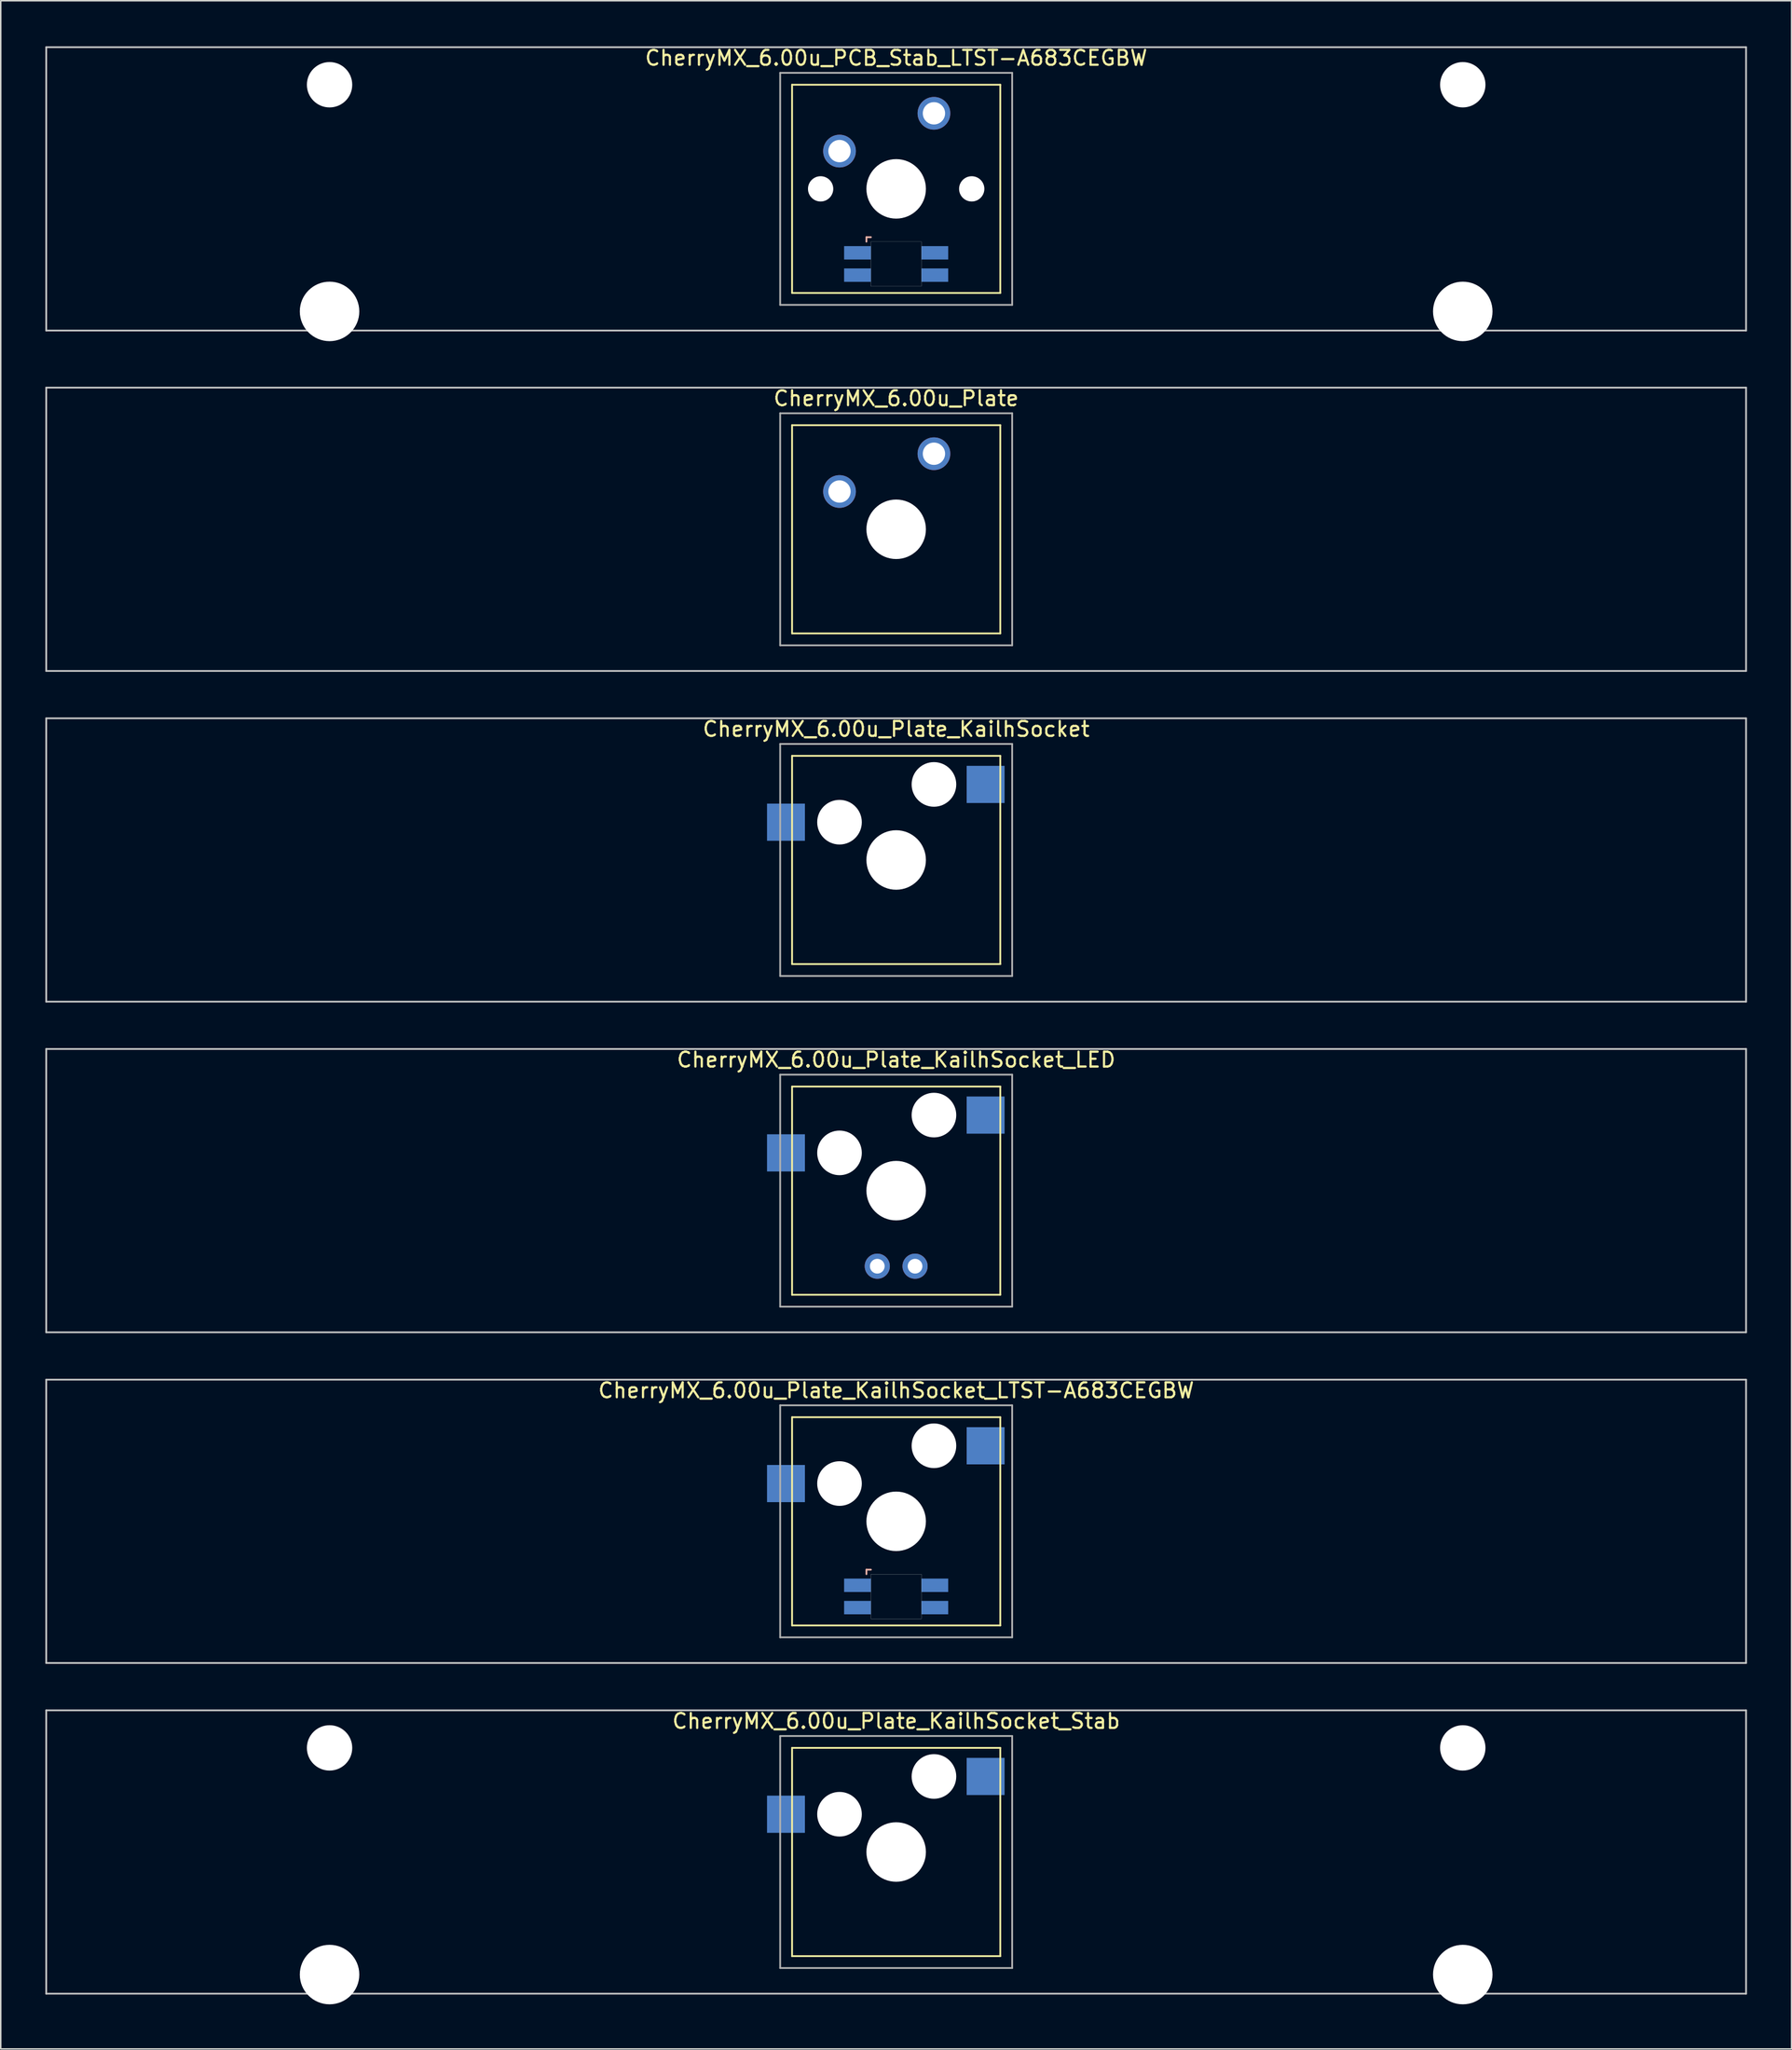
<source format=kicad_pcb>
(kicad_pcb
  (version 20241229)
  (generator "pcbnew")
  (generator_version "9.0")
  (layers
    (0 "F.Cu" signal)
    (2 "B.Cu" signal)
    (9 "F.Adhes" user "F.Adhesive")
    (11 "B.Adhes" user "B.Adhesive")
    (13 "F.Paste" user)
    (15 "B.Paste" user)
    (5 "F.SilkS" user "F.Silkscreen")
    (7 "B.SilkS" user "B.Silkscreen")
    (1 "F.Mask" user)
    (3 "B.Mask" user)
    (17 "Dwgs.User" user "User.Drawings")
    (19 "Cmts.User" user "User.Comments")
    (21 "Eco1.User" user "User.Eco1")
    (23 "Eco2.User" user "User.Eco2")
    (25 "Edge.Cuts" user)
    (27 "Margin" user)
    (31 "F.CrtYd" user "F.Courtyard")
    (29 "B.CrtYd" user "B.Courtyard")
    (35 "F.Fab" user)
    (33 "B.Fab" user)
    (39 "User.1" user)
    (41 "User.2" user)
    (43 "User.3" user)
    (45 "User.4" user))
  (footprint "CherryMX_6.00u_Plate_KailhSocket_LED"
    (layer "F.Cu")
    (at 57.21 77.003)
    (property "Reference" "CherryMX_6.00u_Plate_KailhSocket_LED" (at 0 -8.8 0) (layer "F.SilkS") (effects (font (size 1 1) (thickness 0.15))))
    (attr through_hole)
    (fp_line (start -7 -7) (end -7 7) (stroke (width 0.12) (type solid)) (layer "F.SilkS"))
    (fp_line (start -7 -7) (end 7 -7) (stroke (width 0.12) (type solid)) (layer "F.SilkS"))
    (fp_line (start 7 -7) (end 7 7) (stroke (width 0.12) (type solid)) (layer "F.SilkS"))
    (fp_line (start 7 7) (end -7 7) (stroke (width 0.12) (type solid)) (layer "F.SilkS"))
    (fp_line (start -57.15 -9.525) (end 57.15 -9.525) (stroke (width 0.12) (type solid)) (layer "Dwgs.User"))
    (fp_line (start -57.15 9.525) (end -57.15 -9.525) (stroke (width 0.12) (type solid)) (layer "Dwgs.User"))
    (fp_line (start 57.15 -9.525) (end 57.15 9.525) (stroke (width 0.12) (type solid)) (layer "Dwgs.User"))
    (fp_line (start 57.15 9.525) (end -57.15 9.525) (stroke (width 0.12) (type solid)) (layer "Dwgs.User"))
    (fp_line (start -7.8 -7.8) (end -7.8 7.8) (stroke (width 0.12) (type solid)) (layer "F.Fab"))
    (fp_line (start -7.8 -7.8) (end 7.8 -7.8) (stroke (width 0.12) (type solid)) (layer "F.Fab"))
    (fp_line (start -7.8 7.8) (end 7.8 7.8) (stroke (width 0.12) (type solid)) (layer "F.Fab"))
    (fp_line (start 7.8 -7.8) (end 7.8 7.8) (stroke (width 0.12) (type solid)) (layer "F.Fab"))
    (pad "" np_thru_hole circle (at -3.81 -2.54) (size 3 3) (drill 3) (layers "*.Cu" "*.Mask"))
    (pad "" np_thru_hole circle (at 0 0) (size 4 4) (drill 4) (layers "*.Cu" "*.Mask"))
    (pad "" np_thru_hole circle (at 2.54 -5.08) (size 3 3) (drill 3) (layers "*.Cu" "*.Mask"))
    (pad "1" smd rect (at -7.41 -2.54) (size 2.55 2.5) (layers "B.Cu" "B.Mask" "B.Paste"))
    (pad "2" smd rect (at 6.015 -5.08) (size 2.55 2.5) (layers "B.Cu" "B.Mask" "B.Paste"))
    (pad "3" thru_hole circle (at -1.27 5.08) (size 1.691 1.691) (drill 0.991) (layers "*.Cu" "*.Mask"))
    (pad "4" thru_hole circle (at 1.27 5.08) (size 1.691 1.691) (drill 0.991) (layers "*.Cu" "*.Mask")))
  (footprint "CherryMX_6.00u_Plate_KailhSocket"
    (layer "F.Cu")
    (at 57.21 54.77)
    (property "Reference" "CherryMX_6.00u_Plate_KailhSocket" (at 0 -8.8 0) (layer "F.SilkS") (effects (font (size 1 1) (thickness 0.15))))
    (attr through_hole)
    (fp_line (start -7 -7) (end -7 7) (stroke (width 0.12) (type solid)) (layer "F.SilkS"))
    (fp_line (start -7 -7) (end 7 -7) (stroke (width 0.12) (type solid)) (layer "F.SilkS"))
    (fp_line (start 7 -7) (end 7 7) (stroke (width 0.12) (type solid)) (layer "F.SilkS"))
    (fp_line (start 7 7) (end -7 7) (stroke (width 0.12) (type solid)) (layer "F.SilkS"))
    (fp_line (start -57.15 -9.525) (end 57.15 -9.525) (stroke (width 0.12) (type solid)) (layer "Dwgs.User"))
    (fp_line (start -57.15 9.525) (end -57.15 -9.525) (stroke (width 0.12) (type solid)) (layer "Dwgs.User"))
    (fp_line (start 57.15 -9.525) (end 57.15 9.525) (stroke (width 0.12) (type solid)) (layer "Dwgs.User"))
    (fp_line (start 57.15 9.525) (end -57.15 9.525) (stroke (width 0.12) (type solid)) (layer "Dwgs.User"))
    (fp_line (start -7.8 -7.8) (end -7.8 7.8) (stroke (width 0.12) (type solid)) (layer "F.Fab"))
    (fp_line (start -7.8 -7.8) (end 7.8 -7.8) (stroke (width 0.12) (type solid)) (layer "F.Fab"))
    (fp_line (start -7.8 7.8) (end 7.8 7.8) (stroke (width 0.12) (type solid)) (layer "F.Fab"))
    (fp_line (start 7.8 -7.8) (end 7.8 7.8) (stroke (width 0.12) (type solid)) (layer "F.Fab"))
    (pad "" np_thru_hole circle (at -3.81 -2.54) (size 3 3) (drill 3) (layers "*.Cu" "*.Mask"))
    (pad "" np_thru_hole circle (at 0 0) (size 4 4) (drill 4) (layers "*.Cu" "*.Mask"))
    (pad "" np_thru_hole circle (at 2.54 -5.08) (size 3 3) (drill 3) (layers "*.Cu" "*.Mask"))
    (pad "1" smd rect (at -7.41 -2.54) (size 2.55 2.5) (layers "B.Cu" "B.Mask" "B.Paste"))
    (pad "2" smd rect (at 6.015 -5.08) (size 2.55 2.5) (layers "B.Cu" "B.Mask" "B.Paste")))
  (footprint "CherryMX_6.00u_Plate"
    (layer "F.Cu")
    (at 57.21 32.536)
    (property "Reference" "CherryMX_6.00u_Plate" (at 0 -8.8 0) (layer "F.SilkS") (effects (font (size 1 1) (thickness 0.15))))
    (attr through_hole)
    (fp_line (start -7 -7) (end -7 7) (stroke (width 0.12) (type solid)) (layer "F.SilkS"))
    (fp_line (start -7 -7) (end 7 -7) (stroke (width 0.12) (type solid)) (layer "F.SilkS"))
    (fp_line (start 7 -7) (end 7 7) (stroke (width 0.12) (type solid)) (layer "F.SilkS"))
    (fp_line (start 7 7) (end -7 7) (stroke (width 0.12) (type solid)) (layer "F.SilkS"))
    (fp_line (start -57.15 -9.525) (end 57.15 -9.525) (stroke (width 0.12) (type solid)) (layer "Dwgs.User"))
    (fp_line (start -57.15 9.525) (end -57.15 -9.525) (stroke (width 0.12) (type solid)) (layer "Dwgs.User"))
    (fp_line (start 57.15 -9.525) (end 57.15 9.525) (stroke (width 0.12) (type solid)) (layer "Dwgs.User"))
    (fp_line (start 57.15 9.525) (end -57.15 9.525) (stroke (width 0.12) (type solid)) (layer "Dwgs.User"))
    (fp_line (start -7.8 -7.8) (end -7.8 7.8) (stroke (width 0.12) (type solid)) (layer "F.Fab"))
    (fp_line (start -7.8 -7.8) (end 7.8 -7.8) (stroke (width 0.12) (type solid)) (layer "F.Fab"))
    (fp_line (start -7.8 7.8) (end 7.8 7.8) (stroke (width 0.12) (type solid)) (layer "F.Fab"))
    (fp_line (start 7.8 -7.8) (end 7.8 7.8) (stroke (width 0.12) (type solid)) (layer "F.Fab"))
    (pad "" np_thru_hole circle (at 0 0) (size 4 4) (drill 4) (layers "*.Cu" "*.Mask"))
    (pad "1" thru_hole circle (at -3.81 -2.54) (size 2.2 2.2) (drill 1.5) (layers "*.Cu" "*.Mask"))
    (pad "2" thru_hole circle (at 2.54 -5.08) (size 2.2 2.2) (drill 1.5) (layers "*.Cu" "*.Mask")))
  (footprint "CherryMX_6.00u_Plate_KailhSocket_LTST-A683CEGBW"
    (layer "F.Cu")
    (at 57.21 99.236)
    (property "Reference" "CherryMX_6.00u_Plate_KailhSocket_LTST-A683CEGBW" (at 0 -8.8 0) (layer "F.SilkS") (effects (font (size 1 1) (thickness 0.15))))
    (attr through_hole)
    (fp_line (start -7 -7) (end -7 7) (stroke (width 0.12) (type solid)) (layer "F.SilkS"))
    (fp_line (start -7 -7) (end 7 -7) (stroke (width 0.12) (type solid)) (layer "F.SilkS"))
    (fp_line (start 7 -7) (end 7 7) (stroke (width 0.12) (type solid)) (layer "F.SilkS"))
    (fp_line (start 7 7) (end -7 7) (stroke (width 0.12) (type solid)) (layer "F.SilkS"))
    (fp_line (start -2 3.25) (end -2 3.55) (stroke (width 0.12) (type solid)) (layer "B.SilkS"))
    (fp_line (start -1.7 3.25) (end -2 3.25) (stroke (width 0.12) (type solid)) (layer "B.SilkS"))
    (fp_line (start -57.15 -9.525) (end 57.15 -9.525) (stroke (width 0.12) (type solid)) (layer "Dwgs.User"))
    (fp_line (start -57.15 9.525) (end -57.15 -9.525) (stroke (width 0.12) (type solid)) (layer "Dwgs.User"))
    (fp_line (start 57.15 -9.525) (end 57.15 9.525) (stroke (width 0.12) (type solid)) (layer "Dwgs.User"))
    (fp_line (start 57.15 9.525) (end -57.15 9.525) (stroke (width 0.12) (type solid)) (layer "Dwgs.User"))
    (fp_poly (pts (xy 1.7 6.55) (xy -1.7 6.55) (xy -1.7 3.55) (xy 1.7 3.55)) (stroke (width 0.01) (type solid)) (fill no) (layer "Edge.Cuts"))
    (fp_line (start -7.8 -7.8) (end -7.8 7.8) (stroke (width 0.12) (type solid)) (layer "F.Fab"))
    (fp_line (start -7.8 -7.8) (end 7.8 -7.8) (stroke (width 0.12) (type solid)) (layer "F.Fab"))
    (fp_line (start -7.8 7.8) (end 7.8 7.8) (stroke (width 0.12) (type solid)) (layer "F.Fab"))
    (fp_line (start 7.8 -7.8) (end 7.8 7.8) (stroke (width 0.12) (type solid)) (layer "F.Fab"))
    (pad "" np_thru_hole circle (at -3.81 -2.54) (size 3 3) (drill 3) (layers "*.Cu" "*.Mask"))
    (pad "" np_thru_hole circle (at 0 0) (size 4 4) (drill 4) (layers "*.Cu" "*.Mask"))
    (pad "" np_thru_hole circle (at 2.54 -5.08) (size 3 3) (drill 3) (layers "*.Cu" "*.Mask"))
    (pad "1" smd rect (at -7.41 -2.54) (size 2.55 2.5) (layers "B.Cu" "B.Mask" "B.Paste"))
    (pad "2" smd rect (at 6.015 -5.08) (size 2.55 2.5) (layers "B.Cu" "B.Mask" "B.Paste"))
    (pad "3" smd rect (at -2.6 4.3) (size 1.8 0.9) (layers "B.Cu" "B.Mask" "B.Paste"))
    (pad "4" smd rect (at -2.6 5.8) (size 1.8 0.9) (layers "B.Cu" "B.Mask" "B.Paste"))
    (pad "5" smd rect (at 2.6 4.3) (size 1.8 0.9) (layers "B.Cu" "B.Mask" "B.Paste"))
    (pad "6" smd rect (at 2.6 5.8) (size 1.8 0.9) (layers "B.Cu" "B.Mask" "B.Paste")))
  (footprint "CherryMX_6.00u_Plate_KailhSocket_Stab"
    (layer "F.Cu")
    (at 57.21 121.469)
    (property "Reference" "CherryMX_6.00u_Plate_KailhSocket_Stab" (at 0 -8.8 0) (layer "F.SilkS") (effects (font (size 1 1) (thickness 0.15))))
    (attr through_hole)
    (fp_line (start -7 -7) (end -7 7) (stroke (width 0.12) (type solid)) (layer "F.SilkS"))
    (fp_line (start -7 -7) (end 7 -7) (stroke (width 0.12) (type solid)) (layer "F.SilkS"))
    (fp_line (start 7 -7) (end 7 7) (stroke (width 0.12) (type solid)) (layer "F.SilkS"))
    (fp_line (start 7 7) (end -7 7) (stroke (width 0.12) (type solid)) (layer "F.SilkS"))
    (fp_line (start -57.15 -9.525) (end 57.15 -9.525) (stroke (width 0.12) (type solid)) (layer "Dwgs.User"))
    (fp_line (start -57.15 9.525) (end -57.15 -9.525) (stroke (width 0.12) (type solid)) (layer "Dwgs.User"))
    (fp_line (start 57.15 -9.525) (end 57.15 9.525) (stroke (width 0.12) (type solid)) (layer "Dwgs.User"))
    (fp_line (start 57.15 9.525) (end -57.15 9.525) (stroke (width 0.12) (type solid)) (layer "Dwgs.User"))
    (fp_line (start -7.8 -7.8) (end -7.8 7.8) (stroke (width 0.12) (type solid)) (layer "F.Fab"))
    (fp_line (start -7.8 -7.8) (end 7.8 -7.8) (stroke (width 0.12) (type solid)) (layer "F.Fab"))
    (fp_line (start -7.8 7.8) (end 7.8 7.8) (stroke (width 0.12) (type solid)) (layer "F.Fab"))
    (fp_line (start 7.8 -7.8) (end 7.8 7.8) (stroke (width 0.12) (type solid)) (layer "F.Fab"))
    (pad "" np_thru_hole circle (at -38.1 -7) (size 3.05 3.05) (drill 3.05) (layers "*.Cu" "*.Mask"))
    (pad "" np_thru_hole circle (at -38.1 8.24) (size 4 4) (drill 4) (layers "*.Cu" "*.Mask"))
    (pad "" np_thru_hole circle (at -3.81 -2.54) (size 3 3) (drill 3) (layers "*.Cu" "*.Mask"))
    (pad "" np_thru_hole circle (at 0 0) (size 4 4) (drill 4) (layers "*.Cu" "*.Mask"))
    (pad "" np_thru_hole circle (at 2.54 -5.08) (size 3 3) (drill 3) (layers "*.Cu" "*.Mask"))
    (pad "" np_thru_hole circle (at 38.1 -7) (size 3.05 3.05) (drill 3.05) (layers "*.Cu" "*.Mask"))
    (pad "" np_thru_hole circle (at 38.1 8.24) (size 4 4) (drill 4) (layers "*.Cu" "*.Mask"))
    (pad "1" smd rect (at -7.41 -2.54) (size 2.55 2.5) (layers "B.Cu" "B.Mask" "B.Paste"))
    (pad "2" smd rect (at 6.015 -5.08) (size 2.55 2.5) (layers "B.Cu" "B.Mask" "B.Paste")))
  (footprint "CherryMX_6.00u_PCB_Stab_LTST-A683CEGBW"
    (layer "F.Cu")
    (at 57.21 9.648)
    (property "Reference" "CherryMX_6.00u_PCB_Stab_LTST-A683CEGBW" (at 0 -8.8 0) (layer "F.SilkS") (effects (font (size 1 1) (thickness 0.15))))
    (attr through_hole)
    (fp_line (start -7 -7) (end -7 7) (stroke (width 0.12) (type solid)) (layer "F.SilkS"))
    (fp_line (start -7 -7) (end 7 -7) (stroke (width 0.12) (type solid)) (layer "F.SilkS"))
    (fp_line (start 7 -7) (end 7 7) (stroke (width 0.12) (type solid)) (layer "F.SilkS"))
    (fp_line (start 7 7) (end -7 7) (stroke (width 0.12) (type solid)) (layer "F.SilkS"))
    (fp_line (start -2 3.25) (end -2 3.55) (stroke (width 0.12) (type solid)) (layer "B.SilkS"))
    (fp_line (start -1.7 3.25) (end -2 3.25) (stroke (width 0.12) (type solid)) (layer "B.SilkS"))
    (fp_line (start -57.15 -9.525) (end 57.15 -9.525) (stroke (width 0.12) (type solid)) (layer "Dwgs.User"))
    (fp_line (start -57.15 9.525) (end -57.15 -9.525) (stroke (width 0.12) (type solid)) (layer "Dwgs.User"))
    (fp_line (start 57.15 -9.525) (end 57.15 9.525) (stroke (width 0.12) (type solid)) (layer "Dwgs.User"))
    (fp_line (start 57.15 9.525) (end -57.15 9.525) (stroke (width 0.12) (type solid)) (layer "Dwgs.User"))
    (fp_poly (pts (xy 1.7 6.55) (xy -1.7 6.55) (xy -1.7 3.55) (xy 1.7 3.55)) (stroke (width 0.01) (type solid)) (fill no) (layer "Edge.Cuts"))
    (fp_line (start -7.8 -7.8) (end -7.8 7.8) (stroke (width 0.12) (type solid)) (layer "F.Fab"))
    (fp_line (start -7.8 -7.8) (end 7.8 -7.8) (stroke (width 0.12) (type solid)) (layer "F.Fab"))
    (fp_line (start -7.8 7.8) (end 7.8 7.8) (stroke (width 0.12) (type solid)) (layer "F.Fab"))
    (fp_line (start 7.8 -7.8) (end 7.8 7.8) (stroke (width 0.12) (type solid)) (layer "F.Fab"))
    (pad "" np_thru_hole circle (at -38.1 -7) (size 3.05 3.05) (drill 3.05) (layers "*.Cu" "*.Mask"))
    (pad "" np_thru_hole circle (at -38.1 8.24) (size 4 4) (drill 4) (layers "*.Cu" "*.Mask"))
    (pad "" np_thru_hole circle (at -5.08 0) (size 1.7 1.7) (drill 1.7) (layers "*.Cu" "*.Mask"))
    (pad "" np_thru_hole circle (at 0 0) (size 4 4) (drill 4) (layers "*.Cu" "*.Mask"))
    (pad "" np_thru_hole circle (at 5.08 0) (size 1.7 1.7) (drill 1.7) (layers "*.Cu" "*.Mask"))
    (pad "" np_thru_hole circle (at 38.1 -7) (size 3.05 3.05) (drill 3.05) (layers "*.Cu" "*.Mask"))
    (pad "" np_thru_hole circle (at 38.1 8.24) (size 4 4) (drill 4) (layers "*.Cu" "*.Mask"))
    (pad "1" thru_hole circle (at -3.81 -2.54) (size 2.2 2.2) (drill 1.5) (layers "*.Cu" "*.Mask"))
    (pad "2" thru_hole circle (at 2.54 -5.08) (size 2.2 2.2) (drill 1.5) (layers "*.Cu" "*.Mask"))
    (pad "3" smd rect (at -2.6 4.3) (size 1.8 0.9) (layers "B.Cu" "B.Mask" "B.Paste"))
    (pad "4" smd rect (at -2.6 5.8) (size 1.8 0.9) (layers "B.Cu" "B.Mask" "B.Paste"))
    (pad "5" smd rect (at 2.6 4.3) (size 1.8 0.9) (layers "B.Cu" "B.Mask" "B.Paste"))
    (pad "6" smd rect (at 2.6 5.8) (size 1.8 0.9) (layers "B.Cu" "B.Mask" "B.Paste")))
  (gr_rect
    (start -3 -3)
    (end 117.42 134.709)
    (stroke (width 0.1) (type default))
    (fill no)
    (layer "Edge.Cuts")))
</source>
